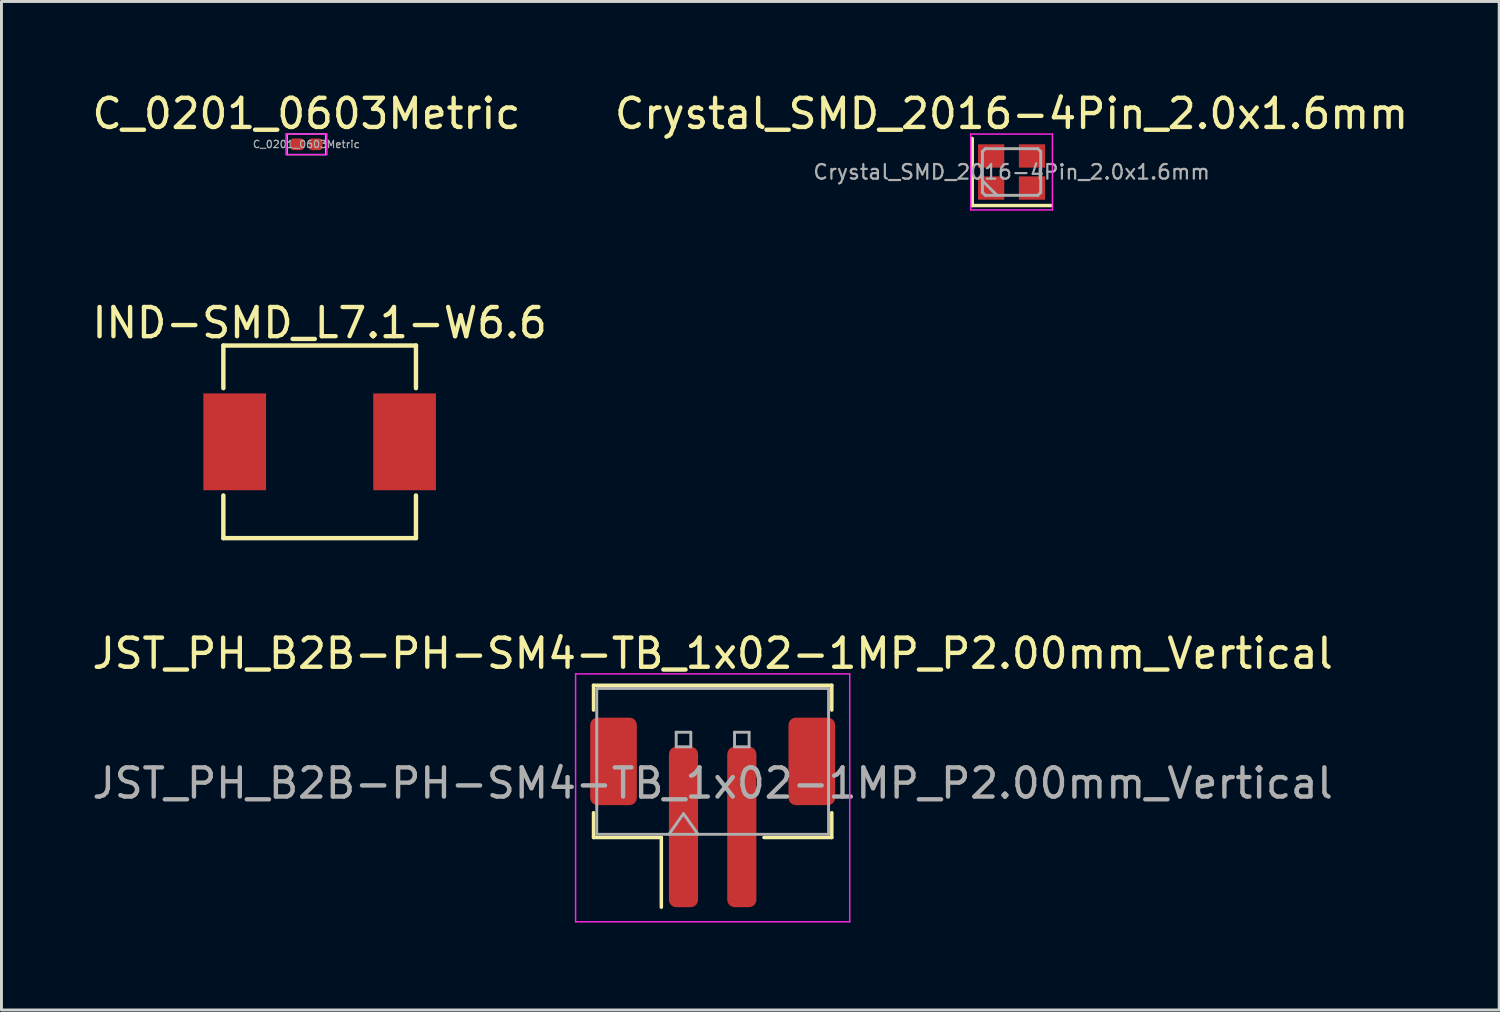
<source format=kicad_pcb>
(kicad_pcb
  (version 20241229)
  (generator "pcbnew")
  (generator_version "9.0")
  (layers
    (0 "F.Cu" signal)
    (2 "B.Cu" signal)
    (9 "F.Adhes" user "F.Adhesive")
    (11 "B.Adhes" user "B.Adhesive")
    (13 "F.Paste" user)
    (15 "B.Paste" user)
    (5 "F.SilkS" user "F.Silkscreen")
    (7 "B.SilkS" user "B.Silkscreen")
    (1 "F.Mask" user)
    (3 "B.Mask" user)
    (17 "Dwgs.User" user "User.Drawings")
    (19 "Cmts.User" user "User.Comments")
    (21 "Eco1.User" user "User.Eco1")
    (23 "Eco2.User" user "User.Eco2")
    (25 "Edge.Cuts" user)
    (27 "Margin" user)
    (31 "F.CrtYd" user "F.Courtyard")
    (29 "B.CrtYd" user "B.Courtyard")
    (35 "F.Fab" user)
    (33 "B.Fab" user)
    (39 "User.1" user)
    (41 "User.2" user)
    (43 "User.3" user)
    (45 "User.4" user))
  (footprint "IND-SMD_L7.1-W6.6"
    (layer "F.Cu")
    (at 7.911 12.1)
    (property "Reference" "IND-SMD_L7.1-W6.6" (at 0 -4.078 0) (layer "F.SilkS") (effects (font (size 1 1) (thickness 0.15))))
    (fp_line (start -3.302 -3.302) (end -3.302 -1.84) (stroke (width 0.152) (type default)) (layer "F.SilkS"))
    (fp_line (start -3.302 1.84) (end -3.302 3.302) (stroke (width 0.152) (type default)) (layer "F.SilkS"))
    (fp_line (start -3.302 3.302) (end 3.302 3.302) (stroke (width 0.152) (type default)) (layer "F.SilkS"))
    (fp_line (start 3.302 -3.302) (end -3.302 -3.302) (stroke (width 0.152) (type default)) (layer "F.SilkS"))
    (fp_line (start 3.302 -1.84) (end 3.302 -3.302) (stroke (width 0.152) (type default)) (layer "F.SilkS"))
    (fp_line (start 3.302 3.302) (end 3.302 1.84) (stroke (width 0.152) (type default)) (layer "F.SilkS"))
    (fp_poly (pts (xy -3.55 -1.5) (xy -1.95 -1.5) (xy -1.95 1.5) (xy -3.55 1.5)) (stroke (width 0.1) (type default)) (fill no) (layer "User.1"))
    (fp_poly (pts (xy 1.95 -1.5) (xy 3.55 -1.5) (xy 3.55 1.5) (xy 1.95 1.5)) (stroke (width 0.1) (type default)) (fill no) (layer "User.1"))
    (fp_line (start -3.3 -3.3) (end 3.3 -3.3) (stroke (width 0.051) (type default)) (layer "User.2"))
    (fp_line (start -3.3 3.3) (end -3.3 -3.3) (stroke (width 0.051) (type default)) (layer "User.2"))
    (fp_line (start 3.3 -3.3) (end 3.3 3.3) (stroke (width 0.051) (type default)) (layer "User.2"))
    (fp_line (start 3.3 3.3) (end -3.3 3.3) (stroke (width 0.051) (type default)) (layer "User.2"))
    (fp_poly (pts (xy -3.49 3.3) (xy -3.508 3.258) (xy -3.55 3.24) (xy -3.592 3.258) (xy -3.61 3.3) (xy -3.592 3.342) (xy -3.55 3.36) (xy -3.508 3.342)) (stroke (width 0.1) (type default)) (fill no) (layer "User.3"))
    (pad "1" smd rect (at -2.913 0) (size 2.15 3.32) (layers "F.Cu" "F.Mask" "F.Paste"))
    (pad "2" smd rect (at 2.913 0) (size 2.15 3.32) (layers "F.Cu" "F.Mask" "F.Paste")))
  (footprint "Crystal_SMD_2016-4Pin_2.0x1.6mm"
    (layer "F.Cu")
    (at 31.637 2.848)
    (property "Reference" "Crystal_SMD_2016-4Pin_2.0x1.6mm" (at 0 -2 0) (layer "F.SilkS") (effects (font (size 1 1) (thickness 0.15))))
    (attr smd)
    (fp_line (start -1.35 -1.15) (end -1.35 1.15) (stroke (width 0.12) (type solid)) (layer "F.SilkS"))
    (fp_line (start -1.35 1.15) (end 1.35 1.15) (stroke (width 0.12) (type solid)) (layer "F.SilkS"))
    (fp_line (start -1.4 -1.3) (end -1.4 1.3) (stroke (width 0.05) (type solid)) (layer "F.CrtYd"))
    (fp_line (start -1.4 1.3) (end 1.4 1.3) (stroke (width 0.05) (type solid)) (layer "F.CrtYd"))
    (fp_line (start 1.4 -1.3) (end -1.4 -1.3) (stroke (width 0.05) (type solid)) (layer "F.CrtYd"))
    (fp_line (start 1.4 1.3) (end 1.4 -1.3) (stroke (width 0.05) (type solid)) (layer "F.CrtYd"))
    (fp_line (start -1 -0.7) (end -0.9 -0.8) (stroke (width 0.1) (type solid)) (layer "F.Fab"))
    (fp_line (start -1 0.3) (end -0.5 0.8) (stroke (width 0.1) (type solid)) (layer "F.Fab"))
    (fp_line (start -1 0.7) (end -1 -0.7) (stroke (width 0.1) (type solid)) (layer "F.Fab"))
    (fp_line (start -0.9 -0.8) (end 0.9 -0.8) (stroke (width 0.1) (type solid)) (layer "F.Fab"))
    (fp_line (start -0.9 0.8) (end -1 0.7) (stroke (width 0.1) (type solid)) (layer "F.Fab"))
    (fp_line (start 0.9 -0.8) (end 1 -0.7) (stroke (width 0.1) (type solid)) (layer "F.Fab"))
    (fp_line (start 0.9 0.8) (end -0.9 0.8) (stroke (width 0.1) (type solid)) (layer "F.Fab"))
    (fp_line (start 1 -0.7) (end 1 0.7) (stroke (width 0.1) (type solid)) (layer "F.Fab"))
    (fp_line (start 1 0.7) (end 0.9 0.8) (stroke (width 0.1) (type solid)) (layer "F.Fab"))
    (fp_text user "${REFERENCE}" (at 0 0 0) (layer "F.Fab") (effects (font (size 0.5 0.5) (thickness 0.075))))
    (pad "1" smd rect (at -0.7 0.55) (size 0.9 0.8) (layers "F.Cu" "F.Mask" "F.Paste"))
    (pad "2" smd rect (at 0.7 0.55) (size 0.9 0.8) (layers "F.Cu" "F.Mask" "F.Paste"))
    (pad "3" smd rect (at 0.7 -0.55) (size 0.9 0.8) (layers "F.Cu" "F.Mask" "F.Paste"))
    (pad "4" smd rect (at -0.7 -0.55) (size 0.9 0.8) (layers "F.Cu" "F.Mask" "F.Paste")))
  (footprint "JST_PH_B2B-PH-SM4-TB_1x02-1MP_P2.00mm_Vertical"
    (layer "F.Cu")
    (at 21.387 24.808)
    (property "Reference" "JST_PH_B2B-PH-SM4-TB_1x02-1MP_P2.00mm_Vertical" (at 0 -5.45 180) (layer "F.SilkS") (effects (font (size 1 1) (thickness 0.15))))
    (attr smd)
    (fp_line (start -4.085 -4.36) (end 4.085 -4.36) (stroke (width 0.12) (type solid)) (layer "F.SilkS"))
    (fp_line (start -4.085 -3.51) (end -4.085 -4.36) (stroke (width 0.12) (type solid)) (layer "F.SilkS"))
    (fp_line (start -4.085 0.01) (end -4.085 0.86) (stroke (width 0.12) (type solid)) (layer "F.SilkS"))
    (fp_line (start -4.085 0.86) (end -1.76 0.86) (stroke (width 0.12) (type solid)) (layer "F.SilkS"))
    (fp_line (start -1.76 0.86) (end -1.76 3.25) (stroke (width 0.12) (type solid)) (layer "F.SilkS"))
    (fp_line (start 4.085 -4.36) (end 4.085 -3.51) (stroke (width 0.12) (type solid)) (layer "F.SilkS"))
    (fp_line (start 4.085 0.01) (end 4.085 0.86) (stroke (width 0.12) (type solid)) (layer "F.SilkS"))
    (fp_line (start 4.085 0.86) (end 1.76 0.86) (stroke (width 0.12) (type solid)) (layer "F.SilkS"))
    (fp_line (start -4.7 -4.75) (end -4.7 3.75) (stroke (width 0.05) (type solid)) (layer "F.CrtYd"))
    (fp_line (start -4.7 3.75) (end 4.7 3.75) (stroke (width 0.05) (type solid)) (layer "F.CrtYd"))
    (fp_line (start 4.7 -4.75) (end -4.7 -4.75) (stroke (width 0.05) (type solid)) (layer "F.CrtYd"))
    (fp_line (start 4.7 3.75) (end 4.7 -4.75) (stroke (width 0.05) (type solid)) (layer "F.CrtYd"))
    (fp_line (start -3.975 -4.25) (end 3.975 -4.25) (stroke (width 0.1) (type solid)) (layer "F.Fab"))
    (fp_line (start -3.975 0.75) (end -3.975 -4.25) (stroke (width 0.1) (type solid)) (layer "F.Fab"))
    (fp_line (start -3.975 0.75) (end 3.975 0.75) (stroke (width 0.1) (type solid)) (layer "F.Fab"))
    (fp_line (start -1.5 0.75) (end -1 0.043) (stroke (width 0.1) (type solid)) (layer "F.Fab"))
    (fp_line (start -1.25 -2.75) (end -1.25 -2.25) (stroke (width 0.1) (type solid)) (layer "F.Fab"))
    (fp_line (start -1.25 -2.25) (end -0.75 -2.25) (stroke (width 0.1) (type solid)) (layer "F.Fab"))
    (fp_line (start -1 0.043) (end -0.5 0.75) (stroke (width 0.1) (type solid)) (layer "F.Fab"))
    (fp_line (start -0.75 -2.75) (end -1.25 -2.75) (stroke (width 0.1) (type solid)) (layer "F.Fab"))
    (fp_line (start -0.75 -2.25) (end -0.75 -2.75) (stroke (width 0.1) (type solid)) (layer "F.Fab"))
    (fp_line (start 0.75 -2.75) (end 0.75 -2.25) (stroke (width 0.1) (type solid)) (layer "F.Fab"))
    (fp_line (start 0.75 -2.25) (end 1.25 -2.25) (stroke (width 0.1) (type solid)) (layer "F.Fab"))
    (fp_line (start 1.25 -2.75) (end 0.75 -2.75) (stroke (width 0.1) (type solid)) (layer "F.Fab"))
    (fp_line (start 1.25 -2.25) (end 1.25 -2.75) (stroke (width 0.1) (type solid)) (layer "F.Fab"))
    (fp_line (start 3.975 0.75) (end 3.975 -4.25) (stroke (width 0.1) (type solid)) (layer "F.Fab"))
    (fp_text user "${REFERENCE}" (at 0 -1 180) (layer "F.Fab") (effects (font (size 1 1) (thickness 0.15))))
    (pad "1" smd roundrect (at -1 0.5) (size 1 5.5) (layers "F.Cu" "F.Mask" "F.Paste") (roundrect_rratio 0.25))
    (pad "2" smd roundrect (at 1 0.5) (size 1 5.5) (layers "F.Cu" "F.Mask" "F.Paste") (roundrect_rratio 0.25))
    (pad "MP" smd roundrect (at -3.4 -1.75) (size 1.6 3) (layers "F.Cu" "F.Mask" "F.Paste") (roundrect_rratio 0.156))
    (pad "MP" smd roundrect (at 3.4 -1.75) (size 1.6 3) (layers "F.Cu" "F.Mask" "F.Paste") (roundrect_rratio 0.156)))
  (footprint "C_0201_0603Metric"
    (layer "F.Cu")
    (at 7.458 1.898)
    (property "Reference" "C_0201_0603Metric" (at 0 -1.05 0) (layer "F.SilkS") (effects (font (size 1 1) (thickness 0.15))))
    (attr smd)
    (fp_line (start -0.7 -0.35) (end 0.7 -0.35) (stroke (width 0.05) (type solid)) (layer "F.CrtYd"))
    (fp_line (start -0.7 0.35) (end -0.7 -0.35) (stroke (width 0.05) (type solid)) (layer "F.CrtYd"))
    (fp_line (start 0.7 -0.35) (end 0.7 0.35) (stroke (width 0.05) (type solid)) (layer "F.CrtYd"))
    (fp_line (start 0.7 0.35) (end -0.7 0.35) (stroke (width 0.05) (type solid)) (layer "F.CrtYd"))
    (fp_line (start -0.66 -0.356) (end 0.66 -0.356) (stroke (width 0.05) (type solid)) (layer "F.Fab"))
    (fp_line (start -0.66 0.356) (end -0.66 -0.356) (stroke (width 0.05) (type solid)) (layer "F.Fab"))
    (fp_line (start 0.66 -0.356) (end 0.66 0.356) (stroke (width 0.05) (type solid)) (layer "F.Fab"))
    (fp_line (start 0.66 0.356) (end -0.66 0.356) (stroke (width 0.05) (type solid)) (layer "F.Fab"))
    (fp_text user "${REFERENCE}" (at 0 0 0) (layer "F.Fab") (effects (font (size 0.25 0.25) (thickness 0.04))))
    (pad "" smd roundrect (at -0.345 0) (size 0.318 0.36) (layers "F.Paste") (roundrect_rratio 0.25))
    (pad "" smd roundrect (at 0.345 0) (size 0.318 0.36) (layers "F.Paste") (roundrect_rratio 0.25))
    (pad "1" smd roundrect (at -0.32 0) (size 0.46 0.4) (layers "F.Cu" "F.Mask") (roundrect_rratio 0.25))
    (pad "2" smd roundrect (at 0.32 0) (size 0.46 0.4) (layers "F.Cu" "F.Mask") (roundrect_rratio 0.25)))
  (gr_rect
    (start -3 -3)
    (end 48.357 31.583)
    (stroke (width 0.1) (type default))
    (fill no)
    (layer "Edge.Cuts")))
</source>
